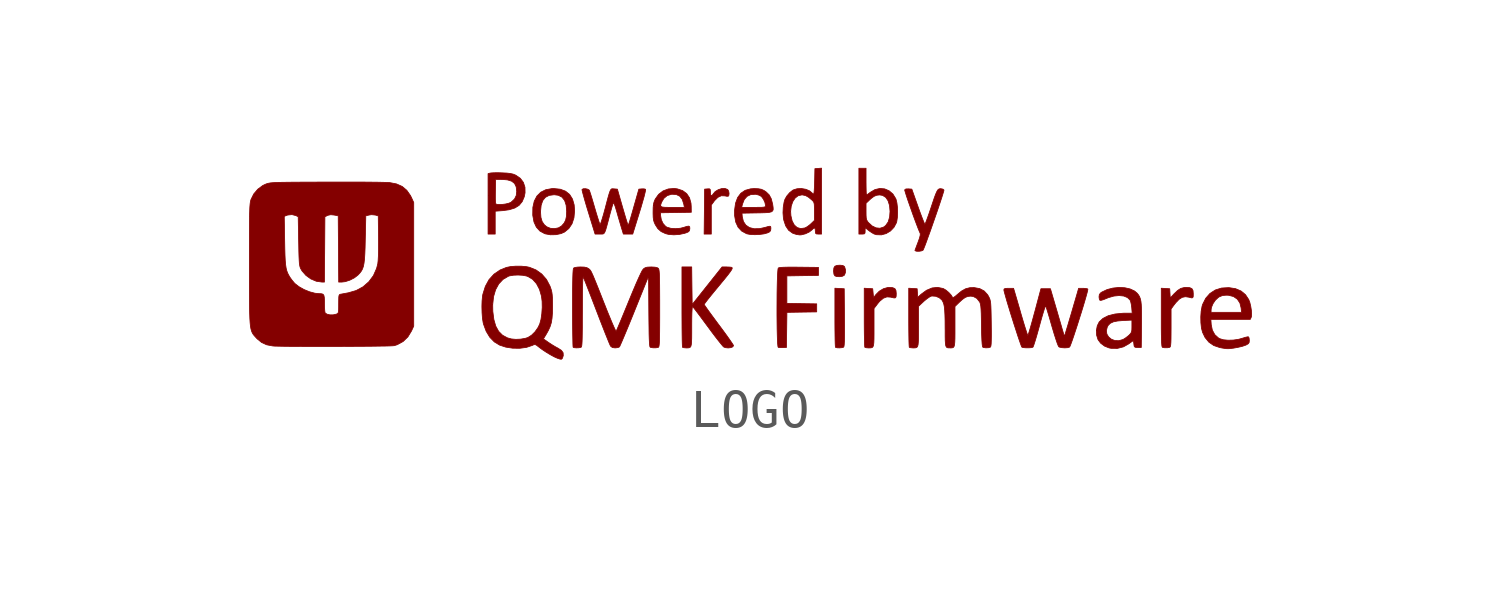
<source format=kicad_sym>
(kicad_symbol_lib
  (version 20220914)
  (generator "bitmap2component")
  (generator_version "9.0")
  (symbol "LOGO"
    (pin_names
      (offset 1.016))
    (property "Reference" "#G"
      (at 0 3.785 0)
      (effects (font (size 1.27 1.27)) hide))
    (symbol "LOGO_0_0"
      (polyline (pts (xy -4.83 -2.54) (xy -4.813 -2.5) (xy -4.8 -2.457) (xy -4.804 -2.382) (xy -4.85 -2.318) (xy -4.941 -2.259) (xy -5.005 -2.225) (xy -5.105 -2.165) (xy -5.198 -2.104) (xy -5.332 -2.01) (xy -5.25 -1.875) (xy -5.202 -1.789) (xy -5.154 -1.685) (xy -5.121 -1.579) (xy -5.101 -1.458) (xy -5.09 -1.313) (xy -5.087 -1.132) (xy -5.088 -1.037) (xy -5.09 -0.919) (xy -5.096 -0.831) (xy -5.106 -0.759) (xy -5.122 -0.694) (xy -5.146 -0.623) (xy -5.157 -0.594) (xy -5.25 -0.418) (xy -5.376 -0.273) (xy -5.53 -0.163) (xy -5.706 -0.092) (xy -5.783 -0.076) (xy -5.921 -0.063) (xy -6.07 -0.062) (xy -6.211 -0.073) (xy -6.324 -0.096) (xy -6.492 -0.164) (xy -6.656 -0.276) (xy -6.789 -0.422) (xy -6.888 -0.603) (xy -6.955 -0.817) (xy -6.963 -0.863) (xy -6.976 -0.996) (xy -6.979 -1.095) (xy -6.691 -1.095) (xy -6.668 -0.879) (xy -6.613 -0.693) (xy -6.529 -0.538) (xy -6.415 -0.417) (xy -6.275 -0.334) (xy -6.236 -0.321) (xy -6.132 -0.304) (xy -6.011 -0.299) (xy -5.89 -0.306) (xy -5.788 -0.325) (xy -5.749 -0.339) (xy -5.622 -0.414) (xy -5.518 -0.53) (xy -5.438 -0.681) (xy -5.384 -0.866) (xy -5.367 -1.005) (xy -5.364 -1.167) (xy -5.375 -1.334) (xy -5.397 -1.488) (xy -5.431 -1.612) (xy -5.475 -1.703) (xy -5.555 -1.818) (xy -5.65 -1.912) (xy -5.749 -1.974) (xy -5.815 -1.995) (xy -5.941 -2.017) (xy -6.073 -2.023) (xy -6.19 -2.012) (xy -6.296 -1.983) (xy -6.428 -1.912) (xy -6.532 -1.808) (xy -6.609 -1.668) (xy -6.66 -1.491) (xy -6.688 -1.273) (xy -6.691 -1.095) (xy -6.979 -1.095) (xy -6.98 -1.152) (xy -6.976 -1.312) (xy -6.965 -1.46) (xy -6.946 -1.579) (xy -6.936 -1.618) (xy -6.866 -1.806) (xy -6.769 -1.966) (xy -6.647 -2.091) (xy -6.506 -2.177) (xy -6.341 -2.231) (xy -6.154 -2.26) (xy -5.965 -2.262) (xy -5.787 -2.238) (xy -5.634 -2.187) (xy -5.592 -2.168) (xy -5.555 -2.162) (xy -5.518 -2.179) (xy -5.463 -2.222) (xy -5.457 -2.227) (xy -5.368 -2.294) (xy -5.26 -2.366) (xy -5.147 -2.434) (xy -5.043 -2.491) (xy -4.962 -2.527) (xy -4.892 -2.551) (xy -4.852 -2.556) (xy -4.83 -2.54)) (stroke (width 0.01) (type default)) (fill (type outline)))
      (polyline (pts (xy 10.209 -2.224) (xy 10.354 -2.142) (xy 10.399 -2.108) (xy 10.448 -2.074) (xy 10.471 -2.061) (xy 10.473 -2.062) (xy 10.481 -2.093) (xy 10.489 -2.15) (xy 10.491 -2.176) (xy 10.501 -2.22) (xy 10.53 -2.237) (xy 10.591 -2.24) (xy 10.687 -2.24) (xy 10.693 -1.648) (xy 10.694 -1.55) (xy 10.694 -1.361) (xy 10.692 -1.211) (xy 10.687 -1.094) (xy 10.677 -1.003) (xy 10.661 -0.933) (xy 10.64 -0.878) (xy 10.612 -0.831) (xy 10.576 -0.786) (xy 10.507 -0.728) (xy 10.388 -0.672) (xy 10.245 -0.64) (xy 10.087 -0.632) (xy 9.926 -0.649) (xy 9.771 -0.689) (xy 9.632 -0.755) (xy 9.6 -0.776) (xy 9.564 -0.82) (xy 9.555 -0.882) (xy 9.555 -0.887) (xy 9.563 -0.945) (xy 9.58 -0.978) (xy 9.613 -0.977) (xy 9.675 -0.959) (xy 9.753 -0.927) (xy 9.806 -0.905) (xy 9.953 -0.863) (xy 10.093 -0.849) (xy 10.217 -0.862) (xy 10.317 -0.903) (xy 10.386 -0.97) (xy 10.402 -1.008) (xy 10.419 -1.084) (xy 10.431 -1.172) (xy 10.443 -1.322) (xy 10.264 -1.322) (xy 10.196 -1.323) (xy 9.982 -1.344) (xy 9.803 -1.389) (xy 9.662 -1.46) (xy 9.561 -1.554) (xy 9.56 -1.555) (xy 9.508 -1.659) (xy 9.484 -1.785) (xy 9.485 -1.79) (xy 9.751 -1.79) (xy 9.777 -1.69) (xy 9.803 -1.645) (xy 9.859 -1.591) (xy 9.939 -1.554) (xy 10.052 -1.531) (xy 10.204 -1.518) (xy 10.436 -1.507) (xy 10.436 -1.672) (xy 10.436 -1.695) (xy 10.434 -1.776) (xy 10.423 -1.829) (xy 10.4 -1.868) (xy 10.359 -1.911) (xy 10.344 -1.924) (xy 10.273 -1.98) (xy 10.205 -2.023) (xy 10.194 -2.028) (xy 10.085 -2.059) (xy 9.98 -2.055) (xy 9.887 -2.02) (xy 9.813 -1.96) (xy 9.765 -1.882) (xy 9.751 -1.79) (xy 9.485 -1.79) (xy 9.491 -1.914) (xy 9.528 -2.031) (xy 9.598 -2.125) (xy 9.703 -2.204) (xy 9.825 -2.253) (xy 9.88 -2.263) (xy 10.047 -2.265) (xy 10.209 -2.224)) (stroke (width 0.01) (type default)) (fill (type outline)))
      (polyline (pts (xy 13.042 -2.272) (xy 13.154 -2.259) (xy 13.277 -2.237) (xy 13.392 -2.21) (xy 13.478 -2.181) (xy 13.505 -2.169) (xy 13.555 -2.139) (xy 13.577 -2.105) (xy 13.582 -2.052) (xy 13.581 -2.043) (xy 13.575 -1.986) (xy 13.56 -1.956) (xy 13.535 -1.955) (xy 13.476 -1.968) (xy 13.4 -1.992) (xy 13.296 -2.021) (xy 13.154 -2.042) (xy 13.012 -2.046) (xy 12.885 -2.034) (xy 12.787 -2.004) (xy 12.754 -1.985) (xy 12.657 -1.897) (xy 12.591 -1.776) (xy 12.561 -1.63) (xy 12.551 -1.489) (xy 13.079 -1.489) (xy 13.606 -1.489) (xy 13.632 -1.433) (xy 13.639 -1.411) (xy 13.643 -1.337) (xy 13.636 -1.24) (xy 13.619 -1.134) (xy 13.595 -1.034) (xy 13.566 -0.957) (xy 13.479 -0.826) (xy 13.361 -0.728) (xy 13.213 -0.665) (xy 13.034 -0.637) (xy 13.027 -0.637) (xy 12.838 -0.648) (xy 12.671 -0.7) (xy 12.528 -0.792) (xy 12.414 -0.921) (xy 12.331 -1.086) (xy 12.315 -1.137) (xy 12.298 -1.235) (xy 12.557 -1.235) (xy 12.566 -1.169) (xy 12.608 -1.068) (xy 12.673 -0.972) (xy 12.751 -0.9) (xy 12.782 -0.881) (xy 12.866 -0.848) (xy 12.969 -0.839) (xy 13.028 -0.842) (xy 13.159 -0.876) (xy 13.26 -0.946) (xy 13.329 -1.049) (xy 13.362 -1.182) (xy 13.373 -1.298) (xy 12.965 -1.298) (xy 12.557 -1.298) (xy 12.557 -1.235) (xy 12.298 -1.235) (xy 12.291 -1.27) (xy 12.281 -1.422) (xy 12.284 -1.578) (xy 12.299 -1.721) (xy 12.329 -1.835) (xy 12.395 -1.972) (xy 12.498 -2.098) (xy 12.629 -2.188) (xy 12.791 -2.243) (xy 12.848 -2.254) (xy 12.929 -2.267) (xy 12.986 -2.273) (xy 13.042 -2.272)) (stroke (width 0.01) (type default)) (fill (type outline)))
      (polyline (pts (xy -3.399 -2.251) (xy -3.335 -2.243) (xy -3.295 -2.225) (xy -3.289 -2.216) (xy -3.267 -2.167) (xy -3.229 -2.081) (xy -3.179 -1.963) (xy -3.118 -1.818) (xy -3.048 -1.649) (xy -2.972 -1.463) (xy -2.891 -1.263) (xy -2.514 -0.328) (xy -2.508 -1.27) (xy -2.506 -1.486) (xy -2.503 -1.699) (xy -2.501 -1.872) (xy -2.497 -2.006) (xy -2.492 -2.106) (xy -2.486 -2.175) (xy -2.48 -2.216) (xy -2.472 -2.232) (xy -2.452 -2.24) (xy -2.388 -2.25) (xy -2.314 -2.249) (xy -2.254 -2.237) (xy -2.253 -2.237) (xy -2.244 -2.229) (xy -2.237 -2.21) (xy -2.231 -2.177) (xy -2.226 -2.126) (xy -2.222 -2.051) (xy -2.22 -1.949) (xy -2.218 -1.817) (xy -2.217 -1.649) (xy -2.216 -1.441) (xy -2.216 -1.19) (xy -2.216 -0.965) (xy -2.217 -0.751) (xy -2.218 -0.578) (xy -2.22 -0.44) (xy -2.222 -0.333) (xy -2.226 -0.253) (xy -2.231 -0.197) (xy -2.237 -0.158) (xy -2.244 -0.134) (xy -2.253 -0.121) (xy -2.274 -0.106) (xy -2.339 -0.089) (xy -2.443 -0.083) (xy -2.473 -0.084) (xy -2.555 -0.089) (xy -2.61 -0.106) (xy -2.655 -0.137) (xy -2.656 -0.139) (xy -2.685 -0.179) (xy -2.726 -0.259) (xy -2.782 -0.379) (xy -2.853 -0.539) (xy -2.939 -0.742) (xy -3.041 -0.989) (xy -3.114 -1.167) (xy -3.184 -1.337) (xy -3.247 -1.489) (xy -3.301 -1.617) (xy -3.343 -1.716) (xy -3.371 -1.78) (xy -3.384 -1.806) (xy -3.389 -1.802) (xy -3.411 -1.761) (xy -3.446 -1.685) (xy -3.493 -1.577) (xy -3.549 -1.442) (xy -3.613 -1.287) (xy -3.681 -1.115) (xy -3.712 -1.038) (xy -3.796 -0.824) (xy -3.865 -0.649) (xy -3.922 -0.508) (xy -3.967 -0.398) (xy -4.002 -0.314) (xy -4.03 -0.253) (xy -4.051 -0.209) (xy -4.069 -0.179) (xy -4.085 -0.159) (xy -4.1 -0.144) (xy -4.117 -0.13) (xy -4.117 -0.13) (xy -4.167 -0.102) (xy -4.235 -0.087) (xy -4.335 -0.083) (xy -4.41 -0.086) (xy -4.483 -0.096) (xy -4.522 -0.112) (xy -4.53 -0.132) (xy -4.536 -0.178) (xy -4.541 -0.254) (xy -4.545 -0.362) (xy -4.548 -0.506) (xy -4.55 -0.688) (xy -4.551 -0.912) (xy -4.551 -1.18) (xy -4.551 -1.326) (xy -4.55 -1.535) (xy -4.549 -1.726) (xy -4.547 -1.893) (xy -4.544 -2.033) (xy -4.542 -2.14) (xy -4.539 -2.209) (xy -4.535 -2.236) (xy -4.506 -2.246) (xy -4.446 -2.251) (xy -4.38 -2.248) (xy -4.327 -2.237) (xy -4.32 -2.233) (xy -4.312 -2.219) (xy -4.305 -2.191) (xy -4.3 -2.146) (xy -4.296 -2.079) (xy -4.293 -1.986) (xy -4.291 -1.863) (xy -4.289 -1.704) (xy -4.289 -1.507) (xy -4.288 -1.266) (xy -4.288 -1.227) (xy -4.287 -1.009) (xy -4.286 -0.816) (xy -4.283 -0.65) (xy -4.28 -0.516) (xy -4.276 -0.418) (xy -4.272 -0.36) (xy -4.267 -0.345) (xy -4.265 -0.349) (xy -4.248 -0.391) (xy -4.216 -0.47) (xy -4.172 -0.582) (xy -4.117 -0.722) (xy -4.053 -0.886) (xy -3.983 -1.068) (xy -3.908 -1.263) (xy -3.888 -1.315) (xy -3.814 -1.508) (xy -3.744 -1.687) (xy -3.681 -1.848) (xy -3.626 -1.984) (xy -3.583 -2.091) (xy -3.552 -2.164) (xy -3.536 -2.198) (xy -3.529 -2.208) (xy -3.484 -2.242) (xy -3.412 -2.252) (xy -3.399 -2.251)) (stroke (width 0.01) (type default)) (fill (type outline)))
      (polyline (pts (xy -0.312 -2.245) (xy -0.259 -2.224) (xy -0.238 -2.19) (xy -0.238 -2.19) (xy -0.254 -2.16) (xy -0.295 -2.099) (xy -0.356 -2.01) (xy -0.435 -1.899) (xy -0.528 -1.772) (xy -0.631 -1.633) (xy -0.64 -1.622) (xy -0.742 -1.484) (xy -0.834 -1.359) (xy -0.912 -1.252) (xy -0.972 -1.167) (xy -1.011 -1.111) (xy -1.025 -1.087) (xy -1.018 -1.075) (xy -0.985 -1.03) (xy -0.929 -0.957) (xy -0.853 -0.862) (xy -0.762 -0.75) (xy -0.659 -0.626) (xy -0.564 -0.511) (xy -0.461 -0.386) (xy -0.384 -0.29) (xy -0.33 -0.218) (xy -0.295 -0.167) (xy -0.277 -0.133) (xy -0.273 -0.111) (xy -0.28 -0.098) (xy -0.294 -0.092) (xy -0.346 -0.086) (xy -0.42 -0.083) (xy -0.546 -0.083) (xy -0.946 -0.586) (xy -1.346 -1.089) (xy -1.353 -0.586) (xy -1.359 -0.083) (xy -1.49 -0.083) (xy -1.62 -0.083) (xy -1.62 -1.152) (xy -1.62 -1.322) (xy -1.619 -1.533) (xy -1.618 -1.724) (xy -1.616 -1.893) (xy -1.614 -2.033) (xy -1.611 -2.14) (xy -1.608 -2.209) (xy -1.605 -2.236) (xy -1.604 -2.236) (xy -1.569 -2.247) (xy -1.511 -2.252) (xy -1.468 -2.252) (xy -1.43 -2.249) (xy -1.402 -2.237) (xy -1.382 -2.212) (xy -1.37 -2.166) (xy -1.363 -2.096) (xy -1.359 -1.994) (xy -1.358 -1.856) (xy -1.358 -1.676) (xy -1.358 -1.623) (xy -1.357 -1.458) (xy -1.354 -1.323) (xy -1.349 -1.223) (xy -1.343 -1.161) (xy -1.336 -1.143) (xy -1.336 -1.143) (xy -1.315 -1.166) (xy -1.271 -1.223) (xy -1.206 -1.308) (xy -1.125 -1.416) (xy -1.032 -1.542) (xy -0.93 -1.68) (xy -0.927 -1.683) (xy -0.825 -1.822) (xy -0.729 -1.949) (xy -0.644 -2.058) (xy -0.575 -2.144) (xy -0.526 -2.203) (xy -0.5 -2.228) (xy -0.455 -2.245) (xy -0.382 -2.253) (xy -0.312 -2.245)) (stroke (width 0.01) (type default)) (fill (type outline)))
      (polyline (pts (xy 1.084 -2.244) (xy 1.179 -2.24) (xy 1.186 -1.77) (xy 1.192 -1.3) (xy 1.591 -1.293) (xy 1.99 -1.287) (xy 1.99 -1.179) (xy 1.99 -1.072) (xy 1.59 -1.066) (xy 1.191 -1.059) (xy 1.191 -0.691) (xy 1.191 -0.323) (xy 1.614 -0.316) (xy 2.037 -0.31) (xy 2.037 -0.203) (xy 2.037 -0.095) (xy 1.516 -0.089) (xy 1.322 -0.087) (xy 1.171 -0.089) (xy 1.062 -0.093) (xy 0.994 -0.1) (xy 0.962 -0.11) (xy 0.961 -0.11) (xy 0.953 -0.143) (xy 0.946 -0.216) (xy 0.94 -0.325) (xy 0.935 -0.463) (xy 0.931 -0.624) (xy 0.928 -0.802) (xy 0.927 -0.992) (xy 0.926 -1.187) (xy 0.926 -1.381) (xy 0.928 -1.57) (xy 0.93 -1.746) (xy 0.934 -1.904) (xy 0.938 -2.038) (xy 0.944 -2.142) (xy 0.951 -2.21) (xy 0.959 -2.236) (xy 0.966 -2.239) (xy 1.016 -2.244) (xy 1.084 -2.244)) (stroke (width 0.01) (type default)) (fill (type outline)))
      (polyline (pts (xy 2.667 -2.245) (xy 2.711 -2.232) (xy 2.714 -2.229) (xy 2.722 -2.206) (xy 2.728 -2.16) (xy 2.732 -2.087) (xy 2.735 -1.982) (xy 2.736 -1.842) (xy 2.736 -1.663) (xy 2.734 -1.44) (xy 2.728 -0.667) (xy 2.603 -0.66) (xy 2.478 -0.653) (xy 2.478 -1.436) (xy 2.478 -1.56) (xy 2.479 -1.739) (xy 2.481 -1.9) (xy 2.483 -2.035) (xy 2.486 -2.14) (xy 2.49 -2.209) (xy 2.494 -2.236) (xy 2.497 -2.238) (xy 2.539 -2.249) (xy 2.603 -2.251) (xy 2.667 -2.245)) (stroke (width 0.01) (type default)) (fill (type outline)))
      (polyline (pts (xy 3.447 -2.25) (xy 3.478 -2.241) (xy 3.499 -2.219) (xy 3.513 -2.178) (xy 3.521 -2.112) (xy 3.525 -2.016) (xy 3.526 -1.883) (xy 3.526 -1.709) (xy 3.526 -1.196) (xy 3.62 -1.072) (xy 3.677 -1.003) (xy 3.775 -0.921) (xy 3.872 -0.885) (xy 3.973 -0.892) (xy 3.998 -0.899) (xy 4.068 -0.914) (xy 4.105 -0.907) (xy 4.119 -0.87) (xy 4.122 -0.799) (xy 4.122 -0.797) (xy 4.114 -0.714) (xy 4.085 -0.663) (xy 4.026 -0.638) (xy 3.929 -0.631) (xy 3.897 -0.633) (xy 3.779 -0.666) (xy 3.666 -0.733) (xy 3.574 -0.826) (xy 3.514 -0.905) (xy 3.502 -0.786) (xy 3.491 -0.667) (xy 3.377 -0.66) (xy 3.264 -0.653) (xy 3.264 -1.436) (xy 3.264 -1.56) (xy 3.265 -1.739) (xy 3.267 -1.9) (xy 3.27 -2.035) (xy 3.273 -2.14) (xy 3.276 -2.209) (xy 3.28 -2.236) (xy 3.281 -2.236) (xy 3.315 -2.247) (xy 3.373 -2.252) (xy 3.405 -2.252) (xy 3.447 -2.25)) (stroke (width 0.01) (type default)) (fill (type outline)))
      (polyline (pts (xy 4.645 -2.249) (xy 4.673 -2.238) (xy 4.693 -2.213) (xy 4.706 -2.168) (xy 4.713 -2.098) (xy 4.717 -1.997) (xy 4.718 -1.859) (xy 4.718 -1.68) (xy 4.718 -1.137) (xy 4.859 -1.006) (xy 4.872 -0.994) (xy 4.948 -0.932) (xy 5.017 -0.885) (xy 5.066 -0.863) (xy 5.078 -0.861) (xy 5.176 -0.868) (xy 5.272 -0.906) (xy 5.344 -0.968) (xy 5.347 -0.973) (xy 5.373 -1.018) (xy 5.394 -1.073) (xy 5.409 -1.146) (xy 5.419 -1.242) (xy 5.426 -1.368) (xy 5.43 -1.528) (xy 5.431 -1.731) (xy 5.432 -1.781) (xy 5.432 -1.939) (xy 5.434 -2.057) (xy 5.44 -2.141) (xy 5.449 -2.197) (xy 5.465 -2.229) (xy 5.489 -2.246) (xy 5.521 -2.251) (xy 5.564 -2.252) (xy 5.593 -2.252) (xy 5.628 -2.249) (xy 5.653 -2.238) (xy 5.671 -2.213) (xy 5.683 -2.168) (xy 5.69 -2.099) (xy 5.694 -1.998) (xy 5.695 -1.861) (xy 5.695 -1.682) (xy 5.695 -1.142) (xy 5.808 -1.032) (xy 5.894 -0.954) (xy 5.97 -0.9) (xy 6.04 -0.873) (xy 6.115 -0.865) (xy 6.188 -0.875) (xy 6.282 -0.926) (xy 6.355 -1.019) (xy 6.356 -1.019) (xy 6.369 -1.05) (xy 6.38 -1.091) (xy 6.388 -1.147) (xy 6.394 -1.225) (xy 6.399 -1.331) (xy 6.402 -1.473) (xy 6.405 -1.656) (xy 6.406 -1.714) (xy 6.41 -1.902) (xy 6.416 -2.045) (xy 6.423 -2.147) (xy 6.431 -2.208) (xy 6.441 -2.233) (xy 6.458 -2.241) (xy 6.52 -2.25) (xy 6.591 -2.247) (xy 6.644 -2.231) (xy 6.651 -2.222) (xy 6.659 -2.193) (xy 6.665 -2.141) (xy 6.668 -2.062) (xy 6.67 -1.949) (xy 6.67 -1.799) (xy 6.668 -1.606) (xy 6.667 -1.54) (xy 6.664 -1.367) (xy 6.661 -1.234) (xy 6.657 -1.134) (xy 6.652 -1.059) (xy 6.644 -1.003) (xy 6.634 -0.96) (xy 6.621 -0.923) (xy 6.603 -0.886) (xy 6.57 -0.827) (xy 6.478 -0.727) (xy 6.358 -0.663) (xy 6.208 -0.636) (xy 6.091 -0.639) (xy 5.979 -0.668) (xy 5.869 -0.73) (xy 5.748 -0.83) (xy 5.696 -0.874) (xy 5.649 -0.904) (xy 5.629 -0.897) (xy 5.628 -0.894) (xy 5.591 -0.835) (xy 5.529 -0.767) (xy 5.457 -0.706) (xy 5.39 -0.666) (xy 5.373 -0.659) (xy 5.229 -0.63) (xy 5.081 -0.646) (xy 4.933 -0.708) (xy 4.79 -0.813) (xy 4.697 -0.896) (xy 4.689 -0.782) (xy 4.682 -0.667) (xy 4.569 -0.66) (xy 4.456 -0.653) (xy 4.456 -1.436) (xy 4.456 -1.56) (xy 4.457 -1.739) (xy 4.459 -1.9) (xy 4.461 -2.035) (xy 4.464 -2.14) (xy 4.468 -2.209) (xy 4.471 -2.236) (xy 4.472 -2.236) (xy 4.507 -2.247) (xy 4.565 -2.252) (xy 4.607 -2.252) (xy 4.645 -2.249)) (stroke (width 0.01) (type default)) (fill (type outline)))
      (polyline (pts (xy 8.713 -2.246) (xy 8.765 -2.23) (xy 8.779 -2.205) (xy 8.804 -2.142) (xy 8.839 -2.045) (xy 8.881 -1.922) (xy 8.928 -1.779) (xy 8.979 -1.623) (xy 9.03 -1.46) (xy 9.082 -1.297) (xy 9.13 -1.14) (xy 9.173 -0.996) (xy 9.209 -0.871) (xy 9.236 -0.772) (xy 9.252 -0.705) (xy 9.255 -0.676) (xy 9.244 -0.669) (xy 9.195 -0.659) (xy 9.125 -0.655) (xy 9.008 -0.655) (xy 8.972 -0.78) (xy 8.93 -0.925) (xy 8.871 -1.126) (xy 8.816 -1.316) (xy 8.764 -1.489) (xy 8.719 -1.642) (xy 8.681 -1.768) (xy 8.652 -1.864) (xy 8.633 -1.923) (xy 8.625 -1.942) (xy 8.625 -1.941) (xy 8.617 -1.912) (xy 8.597 -1.844) (xy 8.567 -1.743) (xy 8.53 -1.614) (xy 8.486 -1.464) (xy 8.438 -1.298) (xy 8.253 -0.667) (xy 8.126 -0.667) (xy 7.998 -0.667) (xy 7.831 -1.293) (xy 7.828 -1.302) (xy 7.784 -1.465) (xy 7.743 -1.612) (xy 7.707 -1.737) (xy 7.678 -1.834) (xy 7.658 -1.896) (xy 7.648 -1.918) (xy 7.644 -1.912) (xy 7.627 -1.869) (xy 7.601 -1.789) (xy 7.566 -1.68) (xy 7.526 -1.548) (xy 7.482 -1.4) (xy 7.464 -1.338) (xy 7.42 -1.183) (xy 7.378 -1.04) (xy 7.343 -0.918) (xy 7.315 -0.825) (xy 7.299 -0.768) (xy 7.265 -0.655) (xy 7.135 -0.655) (xy 7.108 -0.655) (xy 7.044 -0.66) (xy 7.013 -0.672) (xy 7.005 -0.697) (xy 7.008 -0.717) (xy 7.024 -0.78) (xy 7.051 -0.876) (xy 7.086 -0.999) (xy 7.129 -1.141) (xy 7.176 -1.296) (xy 7.227 -1.459) (xy 7.278 -1.621) (xy 7.329 -1.777) (xy 7.375 -1.92) (xy 7.417 -2.044) (xy 7.451 -2.141) (xy 7.475 -2.207) (xy 7.488 -2.232) (xy 7.523 -2.243) (xy 7.591 -2.249) (xy 7.67 -2.25) (xy 7.74 -2.245) (xy 7.783 -2.233) (xy 7.791 -2.22) (xy 7.811 -2.165) (xy 7.84 -2.075) (xy 7.876 -1.957) (xy 7.916 -1.816) (xy 7.959 -1.661) (xy 7.99 -1.548) (xy 8.03 -1.407) (xy 8.065 -1.289) (xy 8.094 -1.198) (xy 8.114 -1.141) (xy 8.125 -1.125) (xy 8.129 -1.134) (xy 8.146 -1.183) (xy 8.173 -1.268) (xy 8.207 -1.381) (xy 8.247 -1.517) (xy 8.29 -1.668) (xy 8.31 -1.735) (xy 8.355 -1.886) (xy 8.397 -2.016) (xy 8.432 -2.12) (xy 8.46 -2.191) (xy 8.478 -2.222) (xy 8.494 -2.231) (xy 8.556 -2.245) (xy 8.636 -2.251) (xy 8.713 -2.246)) (stroke (width 0.01) (type default)) (fill (type outline)))
      (polyline (pts (xy 11.447 -2.237) (xy 11.458 -2.229) (xy 11.468 -2.209) (xy 11.475 -2.17) (xy 11.48 -2.107) (xy 11.483 -2.015) (xy 11.484 -1.887) (xy 11.485 -1.716) (xy 11.485 -1.21) (xy 11.553 -1.117) (xy 11.612 -1.041) (xy 11.701 -0.949) (xy 11.784 -0.897) (xy 11.87 -0.88) (xy 11.965 -0.894) (xy 11.968 -0.895) (xy 12.033 -0.912) (xy 12.066 -0.907) (xy 12.079 -0.873) (xy 12.08 -0.799) (xy 12.073 -0.716) (xy 12.044 -0.664) (xy 11.986 -0.638) (xy 11.89 -0.631) (xy 11.835 -0.635) (xy 11.744 -0.659) (xy 11.657 -0.715) (xy 11.562 -0.806) (xy 11.463 -0.914) (xy 11.456 -0.79) (xy 11.449 -0.667) (xy 11.336 -0.66) (xy 11.223 -0.653) (xy 11.223 -1.438) (xy 11.223 -1.512) (xy 11.223 -1.724) (xy 11.225 -1.893) (xy 11.228 -2.024) (xy 11.232 -2.12) (xy 11.237 -2.184) (xy 11.244 -2.222) (xy 11.252 -2.236) (xy 11.307 -2.247) (xy 11.384 -2.248) (xy 11.447 -2.237)) (stroke (width 0.01) (type default)) (fill (type outline)))
      (polyline (pts (xy -11.032 -2.213) (xy -10.787 -2.213) (xy -10.546 -2.212) (xy -10.312 -2.21) (xy -10.093 -2.209) (xy -9.891 -2.207) (xy -9.713 -2.204) (xy -9.562 -2.202) (xy -9.445 -2.199) (xy -9.365 -2.195) (xy -9.329 -2.192) (xy -9.248 -2.166) (xy -9.092 -2.081) (xy -8.964 -1.958) (xy -8.867 -1.799) (xy -8.807 -1.668) (xy -8.807 -0.012) (xy -8.807 1.644) (xy -8.867 1.775) (xy -8.895 1.831) (xy -8.993 1.971) (xy -9.116 2.074) (xy -9.269 2.142) (xy -9.455 2.178) (xy -9.458 2.178) (xy -9.519 2.181) (xy -9.622 2.184) (xy -9.763 2.187) (xy -9.937 2.189) (xy -10.14 2.191) (xy -10.366 2.192) (xy -10.611 2.192) (xy -10.87 2.192) (xy -11.139 2.192) (xy -11.304 2.191) (xy -11.585 2.19) (xy -11.825 2.189) (xy -12.026 2.188) (xy -12.193 2.186) (xy -12.329 2.184) (xy -12.439 2.182) (xy -12.526 2.178) (xy -12.593 2.174) (xy -12.645 2.169) (xy -12.686 2.162) (xy -12.718 2.155) (xy -12.747 2.146) (xy -12.775 2.135) (xy -12.85 2.1) (xy -12.984 2.001) (xy -13.093 1.873) (xy -13.166 1.726) (xy -13.168 1.721) (xy -13.176 1.693) (xy -13.183 1.66) (xy -13.189 1.62) (xy -13.194 1.568) (xy -13.199 1.501) (xy -13.202 1.415) (xy -13.205 1.307) (xy -13.205 1.274) (xy -12.276 1.274) (xy -12.212 1.298) (xy -12.184 1.308) (xy -12.068 1.32) (xy -11.961 1.292) (xy -11.902 1.262) (xy -11.89 0.607) (xy -11.888 0.512) (xy -11.885 0.337) (xy -11.881 0.2) (xy -11.876 0.096) (xy -11.871 0.019) (xy -11.863 -0.037) (xy -11.854 -0.079) (xy -11.842 -0.113) (xy -11.826 -0.144) (xy -11.799 -0.19) (xy -11.694 -0.31) (xy -11.563 -0.404) (xy -11.417 -0.466) (xy -11.266 -0.488) (xy -11.2 -0.488) (xy -11.193 0.387) (xy -11.187 1.262) (xy -11.117 1.296) (xy -11.103 1.302) (xy -11.031 1.317) (xy -10.939 1.308) (xy -10.83 1.287) (xy -10.823 0.399) (xy -10.817 -0.488) (xy -10.735 -0.488) (xy -10.644 -0.477) (xy -10.519 -0.437) (xy -10.398 -0.375) (xy -10.301 -0.3) (xy -10.252 -0.248) (xy -10.212 -0.196) (xy -10.18 -0.138) (xy -10.156 -0.069) (xy -10.139 0.017) (xy -10.126 0.126) (xy -10.117 0.265) (xy -10.11 0.439) (xy -10.105 0.655) (xy -10.091 1.287) (xy -10.003 1.308) (xy -9.938 1.318) (xy -9.836 1.308) (xy -9.757 1.285) (xy -9.75 0.714) (xy -9.749 0.56) (xy -9.75 0.365) (xy -9.754 0.204) (xy -9.761 0.081) (xy -9.77 0.001) (xy -9.802 -0.123) (xy -9.887 -0.315) (xy -10.01 -0.48) (xy -10.165 -0.615) (xy -10.348 -0.714) (xy -10.557 -0.775) (xy -10.633 -0.789) (xy -10.713 -0.804) (xy -10.764 -0.813) (xy -10.775 -0.815) (xy -10.795 -0.824) (xy -10.808 -0.846) (xy -10.815 -0.889) (xy -10.817 -0.962) (xy -10.818 -1.073) (xy -10.818 -1.138) (xy -10.819 -1.228) (xy -10.824 -1.284) (xy -10.834 -1.317) (xy -10.852 -1.335) (xy -10.879 -1.347) (xy -10.964 -1.366) (xy -11.055 -1.366) (xy -11.132 -1.348) (xy -11.181 -1.313) (xy -11.185 -1.299) (xy -11.192 -1.243) (xy -11.197 -1.159) (xy -11.199 -1.057) (xy -11.199 -0.989) (xy -11.203 -0.898) (xy -11.215 -0.842) (xy -11.24 -0.812) (xy -11.284 -0.8) (xy -11.35 -0.798) (xy -11.453 -0.787) (xy -11.599 -0.748) (xy -11.749 -0.687) (xy -11.885 -0.61) (xy -11.992 -0.526) (xy -12.005 -0.512) (xy -12.066 -0.439) (xy -12.121 -0.363) (xy -12.155 -0.306) (xy -12.185 -0.247) (xy -12.208 -0.185) (xy -12.226 -0.113) (xy -12.239 -0.025) (xy -12.249 0.085) (xy -12.256 0.224) (xy -12.261 0.398) (xy -12.265 0.613) (xy -12.276 1.274) (xy -13.205 1.274) (xy -13.207 1.173) (xy -13.208 1.01) (xy -13.209 0.813) (xy -13.209 0.58) (xy -13.21 0.306) (xy -13.21 -0.012) (xy -13.21 -0.133) (xy -13.21 -0.449) (xy -13.209 -0.723) (xy -13.208 -0.957) (xy -13.206 -1.155) (xy -13.203 -1.322) (xy -13.198 -1.459) (xy -13.191 -1.571) (xy -13.182 -1.662) (xy -13.17 -1.734) (xy -13.155 -1.792) (xy -13.137 -1.838) (xy -13.116 -1.877) (xy -13.09 -1.912) (xy -13.06 -1.946) (xy -13.025 -1.984) (xy -13.002 -2.009) (xy -12.881 -2.108) (xy -12.746 -2.169) (xy -12.583 -2.2) (xy -12.528 -2.204) (xy -12.432 -2.206) (xy -12.3 -2.209) (xy -12.137 -2.211) (xy -11.948 -2.212) (xy -11.739 -2.213) (xy -11.513 -2.213) (xy -11.275 -2.214) (xy -11.032 -2.213)) (stroke (width 0.01) (type default)) (fill (type outline)))
      (polyline (pts (xy 2.675 -0.334) (xy 2.726 -0.308) (xy 2.734 -0.299) (xy 2.759 -0.236) (xy 2.761 -0.156) (xy 2.739 -0.082) (xy 2.729 -0.067) (xy 2.688 -0.043) (xy 2.614 -0.036) (xy 2.536 -0.041) (xy 2.478 -0.063) (xy 2.45 -0.11) (xy 2.442 -0.191) (xy 2.442 -0.195) (xy 2.452 -0.279) (xy 2.478 -0.322) (xy 2.524 -0.339) (xy 2.6 -0.344) (xy 2.675 -0.334)) (stroke (width 0.01) (type default)) (fill (type outline)))
      (polyline (pts (xy 4.737 0.337) (xy 4.8 0.348) (xy 4.839 0.366) (xy 4.841 0.369) (xy 4.859 0.408) (xy 4.889 0.483) (xy 4.929 0.589) (xy 4.976 0.72) (xy 5.03 0.868) (xy 5.086 1.028) (xy 5.144 1.194) (xy 5.201 1.358) (xy 5.255 1.516) (xy 5.303 1.66) (xy 5.344 1.785) (xy 5.375 1.884) (xy 5.395 1.95) (xy 5.4 1.978) (xy 5.372 2.002) (xy 5.315 2.014) (xy 5.309 2.014) (xy 5.28 2.011) (xy 5.255 2) (xy 5.231 1.977) (xy 5.207 1.934) (xy 5.178 1.868) (xy 5.142 1.772) (xy 5.098 1.642) (xy 5.041 1.471) (xy 4.999 1.347) (xy 4.958 1.232) (xy 4.925 1.142) (xy 4.901 1.082) (xy 4.888 1.06) (xy 4.886 1.063) (xy 4.87 1.097) (xy 4.841 1.167) (xy 4.802 1.268) (xy 4.756 1.391) (xy 4.706 1.531) (xy 4.539 2.002) (xy 4.449 2.009) (xy 4.381 2.007) (xy 4.348 1.984) (xy 4.349 1.969) (xy 4.365 1.915) (xy 4.392 1.828) (xy 4.429 1.716) (xy 4.474 1.587) (xy 4.523 1.449) (xy 4.573 1.307) (xy 4.623 1.171) (xy 4.67 1.046) (xy 4.71 0.942) (xy 4.742 0.864) (xy 4.762 0.821) (xy 4.764 0.816) (xy 4.765 0.771) (xy 4.745 0.691) (xy 4.703 0.574) (xy 4.683 0.522) (xy 4.652 0.439) (xy 4.63 0.381) (xy 4.622 0.357) (xy 4.629 0.351) (xy 4.664 0.339) (xy 4.677 0.337) (xy 4.737 0.337)) (stroke (width 0.01) (type default)) (fill (type outline)))
      (polyline (pts (xy -4.996 0.782) (xy -4.858 0.811) (xy -4.765 0.853) (xy -4.651 0.947) (xy -4.566 1.074) (xy -4.514 1.232) (xy -4.497 1.418) (xy -4.508 1.579) (xy -4.553 1.736) (xy -4.63 1.859) (xy -4.739 1.947) (xy -4.88 2) (xy -5.054 2.018) (xy -5.107 2.016) (xy -5.27 1.986) (xy -5.404 1.919) (xy -5.506 1.817) (xy -5.577 1.681) (xy -5.615 1.513) (xy -5.617 1.392) (xy -5.409 1.392) (xy -5.409 1.406) (xy -5.393 1.569) (xy -5.35 1.695) (xy -5.278 1.783) (xy -5.177 1.835) (xy -5.045 1.852) (xy -4.934 1.838) (xy -4.835 1.787) (xy -4.764 1.698) (xy -4.723 1.572) (xy -4.709 1.407) (xy -4.715 1.274) (xy -4.737 1.171) (xy -4.78 1.089) (xy -4.846 1.015) (xy -4.929 0.965) (xy -5.035 0.944) (xy -5.145 0.953) (xy -5.242 0.993) (xy -5.307 1.047) (xy -5.366 1.133) (xy -5.399 1.245) (xy -5.409 1.392) (xy -5.617 1.392) (xy -5.618 1.314) (xy -5.617 1.296) (xy -5.585 1.122) (xy -5.521 0.983) (xy -5.425 0.878) (xy -5.298 0.809) (xy -5.282 0.804) (xy -5.145 0.779) (xy -4.996 0.782)) (stroke (width 0.01) (type default)) (fill (type outline)))
      (polyline (pts (xy -1.689 0.788) (xy -1.549 0.818) (xy -1.489 0.838) (xy -1.441 0.862) (xy -1.419 0.891) (xy -1.41 0.936) (xy -1.409 0.951) (xy -1.413 0.993) (xy -1.436 1.011) (xy -1.486 1.005) (xy -1.573 0.977) (xy -1.663 0.954) (xy -1.792 0.943) (xy -1.917 0.952) (xy -2.019 0.981) (xy -2.057 1.004) (xy -2.126 1.081) (xy -2.173 1.182) (xy -2.192 1.292) (xy -2.192 1.369) (xy -1.781 1.375) (xy -1.37 1.382) (xy -1.372 1.538) (xy -1.378 1.625) (xy -1.418 1.769) (xy -1.493 1.882) (xy -1.603 1.963) (xy -1.747 2.01) (xy -1.83 2.02) (xy -1.986 2.007) (xy -2.127 1.954) (xy -2.245 1.863) (xy -2.333 1.74) (xy -2.344 1.718) (xy -2.369 1.655) (xy -2.385 1.591) (xy -2.387 1.564) (xy -2.192 1.564) (xy -2.183 1.605) (xy -2.159 1.663) (xy -2.105 1.754) (xy -2.015 1.829) (xy -1.9 1.864) (xy -1.892 1.865) (xy -1.772 1.858) (xy -1.678 1.812) (xy -1.612 1.727) (xy -1.572 1.603) (xy -1.555 1.513) (xy -1.874 1.513) (xy -1.968 1.513) (xy -2.075 1.515) (xy -2.144 1.522) (xy -2.182 1.538) (xy -2.192 1.564) (xy -2.387 1.564) (xy -2.392 1.508) (xy -2.394 1.393) (xy -2.394 1.35) (xy -2.391 1.248) (xy -2.382 1.175) (xy -2.364 1.114) (xy -2.335 1.05) (xy -2.267 0.944) (xy -2.179 0.866) (xy -2.06 0.81) (xy -1.977 0.789) (xy -1.838 0.778) (xy -1.689 0.788)) (stroke (width 0.01) (type default)) (fill (type outline)))
      (polyline (pts (xy 0.462 0.788) (xy 0.581 0.804) (xy 0.673 0.83) (xy 0.725 0.855) (xy 0.755 0.889) (xy 0.762 0.94) (xy 0.762 0.966) (xy 0.757 0.998) (xy 0.737 1.008) (xy 0.691 1.001) (xy 0.61 0.977) (xy 0.462 0.944) (xy 0.313 0.941) (xy 0.189 0.972) (xy 0.092 1.038) (xy 0.027 1.135) (xy -0.004 1.263) (xy -0.012 1.358) (xy 0.387 1.365) (xy 0.497 1.367) (xy 0.627 1.371) (xy 0.719 1.379) (xy 0.779 1.395) (xy 0.812 1.421) (xy 0.825 1.46) (xy 0.822 1.516) (xy 0.811 1.592) (xy 0.807 1.611) (xy 0.772 1.746) (xy 0.717 1.848) (xy 0.637 1.926) (xy 0.578 1.966) (xy 0.507 1.998) (xy 0.423 2.013) (xy 0.31 2.017) (xy 0.219 2.01) (xy 0.074 1.97) (xy -0.042 1.892) (xy -0.128 1.777) (xy -0.184 1.626) (xy -0.2 1.513) (xy -0.019 1.513) (xy 0 1.597) (xy 0.001 1.6) (xy 0.049 1.723) (xy 0.125 1.809) (xy 0.227 1.857) (xy 0.35 1.864) (xy 0.373 1.861) (xy 0.449 1.839) (xy 0.504 1.808) (xy 0.512 1.801) (xy 0.564 1.73) (xy 0.604 1.642) (xy 0.619 1.562) (xy 0.619 1.56) (xy 0.617 1.541) (xy 0.604 1.528) (xy 0.573 1.52) (xy 0.517 1.515) (xy 0.429 1.514) (xy 0.3 1.513) (xy -0.019 1.513) (xy -0.2 1.513) (xy -0.21 1.438) (xy -0.209 1.289) (xy -0.179 1.119) (xy -0.116 0.982) (xy -0.02 0.879) (xy 0.11 0.808) (xy 0.122 0.804) (xy 0.215 0.787) (xy 0.335 0.782) (xy 0.462 0.788)) (stroke (width 0.01) (type default)) (fill (type outline)))
      (polyline (pts (xy 1.575 0.777) (xy 1.685 0.804) (xy 1.79 0.853) (xy 1.868 0.914) (xy 1.888 0.935) (xy 1.927 0.962) (xy 1.948 0.944) (xy 1.954 0.882) (xy 1.954 0.875) (xy 1.958 0.823) (xy 1.981 0.802) (xy 2.037 0.798) (xy 2.12 0.798) (xy 2.12 1.681) (xy 2.12 2.564) (xy 2.031 2.557) (xy 1.942 2.55) (xy 1.935 2.21) (xy 1.934 2.162) (xy 1.929 2.047) (xy 1.923 1.955) (xy 1.916 1.893) (xy 1.908 1.871) (xy 1.891 1.877) (xy 1.857 1.908) (xy 1.799 1.956) (xy 1.699 1.998) (xy 1.583 2.018) (xy 1.466 2.013) (xy 1.364 1.981) (xy 1.346 1.971) (xy 1.264 1.905) (xy 1.189 1.817) (xy 1.139 1.729) (xy 1.117 1.657) (xy 1.094 1.518) (xy 1.089 1.409) (xy 1.292 1.409) (xy 1.308 1.548) (xy 1.35 1.669) (xy 1.413 1.763) (xy 1.493 1.825) (xy 1.589 1.847) (xy 1.615 1.846) (xy 1.693 1.829) (xy 1.772 1.785) (xy 1.864 1.708) (xy 1.874 1.699) (xy 1.901 1.67) (xy 1.917 1.637) (xy 1.926 1.589) (xy 1.929 1.516) (xy 1.93 1.406) (xy 1.93 1.165) (xy 1.841 1.079) (xy 1.809 1.05) (xy 1.741 0.998) (xy 1.684 0.967) (xy 1.673 0.962) (xy 1.563 0.945) (xy 1.468 0.972) (xy 1.391 1.04) (xy 1.333 1.147) (xy 1.299 1.291) (xy 1.292 1.409) (xy 1.089 1.409) (xy 1.087 1.368) (xy 1.098 1.227) (xy 1.108 1.173) (xy 1.159 1.018) (xy 1.236 0.902) (xy 1.34 0.825) (xy 1.365 0.814) (xy 1.454 0.786) (xy 1.537 0.775) (xy 1.575 0.777)) (stroke (width 0.01) (type default)) (fill (type outline)))
      (polyline (pts (xy 3.85 0.811) (xy 3.966 0.88) (xy 4.061 0.979) (xy 4.126 1.101) (xy 4.136 1.137) (xy 4.152 1.246) (xy 4.158 1.377) (xy 4.154 1.512) (xy 4.139 1.635) (xy 4.116 1.729) (xy 4.107 1.75) (xy 4.032 1.871) (xy 3.93 1.958) (xy 3.811 2.009) (xy 3.682 2.02) (xy 3.551 1.99) (xy 3.426 1.917) (xy 3.398 1.895) (xy 3.35 1.86) (xy 3.325 1.847) (xy 3.323 1.853) (xy 3.318 1.896) (xy 3.315 1.974) (xy 3.313 2.08) (xy 3.312 2.204) (xy 3.312 2.562) (xy 3.217 2.562) (xy 3.121 2.562) (xy 3.121 1.68) (xy 3.121 1.403) (xy 3.312 1.403) (xy 3.312 1.623) (xy 3.401 1.708) (xy 3.446 1.749) (xy 3.525 1.808) (xy 3.597 1.838) (xy 3.678 1.847) (xy 3.755 1.834) (xy 3.84 1.782) (xy 3.902 1.691) (xy 3.942 1.564) (xy 3.955 1.406) (xy 3.944 1.255) (xy 3.905 1.122) (xy 3.836 1.025) (xy 3.782 0.985) (xy 3.684 0.954) (xy 3.579 0.965) (xy 3.473 1.017) (xy 3.374 1.109) (xy 3.351 1.139) (xy 3.33 1.177) (xy 3.318 1.226) (xy 3.313 1.297) (xy 3.312 1.403) (xy 3.121 1.403) (xy 3.121 0.798) (xy 3.205 0.798) (xy 3.215 0.798) (xy 3.265 0.803) (xy 3.285 0.827) (xy 3.288 0.884) (xy 3.288 0.969) (xy 3.381 0.896) (xy 3.409 0.874) (xy 3.477 0.829) (xy 3.529 0.8) (xy 3.594 0.781) (xy 3.723 0.777) (xy 3.85 0.811)) (stroke (width 0.01) (type default)) (fill (type outline)))
      (polyline (pts (xy -6.624 1.105) (xy -6.624 1.411) (xy -6.42 1.426) (xy -6.247 1.45) (xy -6.097 1.497) (xy -5.983 1.568) (xy -5.901 1.667) (xy -5.846 1.796) (xy -5.824 1.902) (xy -5.826 2.051) (xy -5.869 2.183) (xy -5.951 2.292) (xy -6.069 2.373) (xy -6.08 2.379) (xy -6.145 2.405) (xy -6.218 2.421) (xy -6.311 2.432) (xy -6.439 2.438) (xy -6.519 2.441) (xy -6.624 2.441) (xy -6.707 2.438) (xy -6.755 2.433) (xy -6.815 2.418) (xy -6.815 1.836) (xy -6.62 1.836) (xy -6.619 1.955) (xy -6.612 2.264) (xy -6.428 2.261) (xy -6.297 2.25) (xy -6.183 2.215) (xy -6.105 2.154) (xy -6.061 2.062) (xy -6.047 1.939) (xy -6.06 1.831) (xy -6.107 1.736) (xy -6.197 1.653) (xy -6.207 1.646) (xy -6.268 1.622) (xy -6.35 1.603) (xy -6.438 1.592) (xy -6.52 1.589) (xy -6.583 1.595) (xy -6.612 1.613) (xy -6.613 1.615) (xy -6.617 1.656) (xy -6.62 1.733) (xy -6.62 1.836) (xy -6.815 1.836) (xy -6.815 1.608) (xy -6.815 0.798) (xy -6.719 0.798) (xy -6.624 0.798) (xy -6.624 1.105)) (stroke (width 0.01) (type default)) (fill (type outline)))
      (polyline (pts (xy -3.725 0.804) (xy -3.703 0.822) (xy -3.683 0.857) (xy -3.661 0.916) (xy -3.636 1.003) (xy -3.603 1.125) (xy -3.561 1.287) (xy -3.548 1.335) (xy -3.516 1.45) (xy -3.489 1.544) (xy -3.468 1.61) (xy -3.456 1.639) (xy -3.448 1.633) (xy -3.429 1.591) (xy -3.403 1.519) (xy -3.375 1.424) (xy -3.363 1.384) (xy -3.325 1.249) (xy -3.284 1.111) (xy -3.25 0.995) (xy -3.19 0.798) (xy -3.064 0.798) (xy -2.939 0.798) (xy -2.756 1.387) (xy -2.716 1.517) (xy -2.672 1.67) (xy -2.635 1.799) (xy -2.61 1.901) (xy -2.595 1.968) (xy -2.594 1.996) (xy -2.596 1.998) (xy -2.634 2.009) (xy -2.695 2.009) (xy -2.775 2.002) (xy -2.876 1.647) (xy -2.909 1.531) (xy -2.954 1.372) (xy -2.989 1.251) (xy -3.015 1.163) (xy -3.034 1.104) (xy -3.047 1.067) (xy -3.055 1.048) (xy -3.061 1.042) (xy -3.066 1.045) (xy -3.068 1.047) (xy -3.081 1.084) (xy -3.104 1.157) (xy -3.136 1.261) (xy -3.173 1.387) (xy -3.215 1.53) (xy -3.35 2.002) (xy -3.438 2.009) (xy -3.469 2.012) (xy -3.494 2.012) (xy -3.514 2.003) (xy -3.533 1.98) (xy -3.552 1.938) (xy -3.574 1.872) (xy -3.602 1.775) (xy -3.637 1.643) (xy -3.682 1.471) (xy -3.685 1.461) (xy -3.721 1.328) (xy -3.755 1.214) (xy -3.783 1.125) (xy -3.804 1.07) (xy -3.815 1.054) (xy -3.827 1.082) (xy -3.849 1.148) (xy -3.88 1.245) (xy -3.917 1.365) (xy -3.957 1.501) (xy -3.996 1.635) (xy -4.033 1.76) (xy -4.065 1.863) (xy -4.089 1.936) (xy -4.102 1.972) (xy -4.106 1.977) (xy -4.146 2.001) (xy -4.205 2.014) (xy -4.263 2.012) (xy -4.298 1.994) (xy -4.296 1.972) (xy -4.281 1.91) (xy -4.255 1.814) (xy -4.22 1.69) (xy -4.178 1.546) (xy -4.129 1.386) (xy -3.948 0.798) (xy -3.822 0.798) (xy -3.789 0.798) (xy -3.753 0.798) (xy -3.725 0.804)) (stroke (width 0.01) (type default)) (fill (type outline)))
      (polyline (pts (xy -0.834 1.187) (xy -0.834 1.575) (xy -0.758 1.678) (xy -0.748 1.692) (xy -0.658 1.782) (xy -0.565 1.825) (xy -0.469 1.821) (xy -0.413 1.81) (xy -0.378 1.813) (xy -0.363 1.837) (xy -0.358 1.89) (xy -0.369 1.949) (xy -0.394 1.99) (xy -0.399 1.994) (xy -0.469 2.02) (xy -0.558 2.016) (xy -0.649 1.986) (xy -0.731 1.936) (xy -0.787 1.869) (xy -0.804 1.843) (xy -0.832 1.825) (xy -0.851 1.851) (xy -0.858 1.92) (xy -0.858 1.951) (xy -0.864 1.996) (xy -0.886 2.011) (xy -0.935 2.009) (xy -1.013 2.002) (xy -1.019 1.4) (xy -1.026 0.798) (xy -0.93 0.798) (xy -0.834 0.798) (xy -0.834 1.187)) (stroke (width 0.01) (type default)) (fill (type outline))))))
</source>
